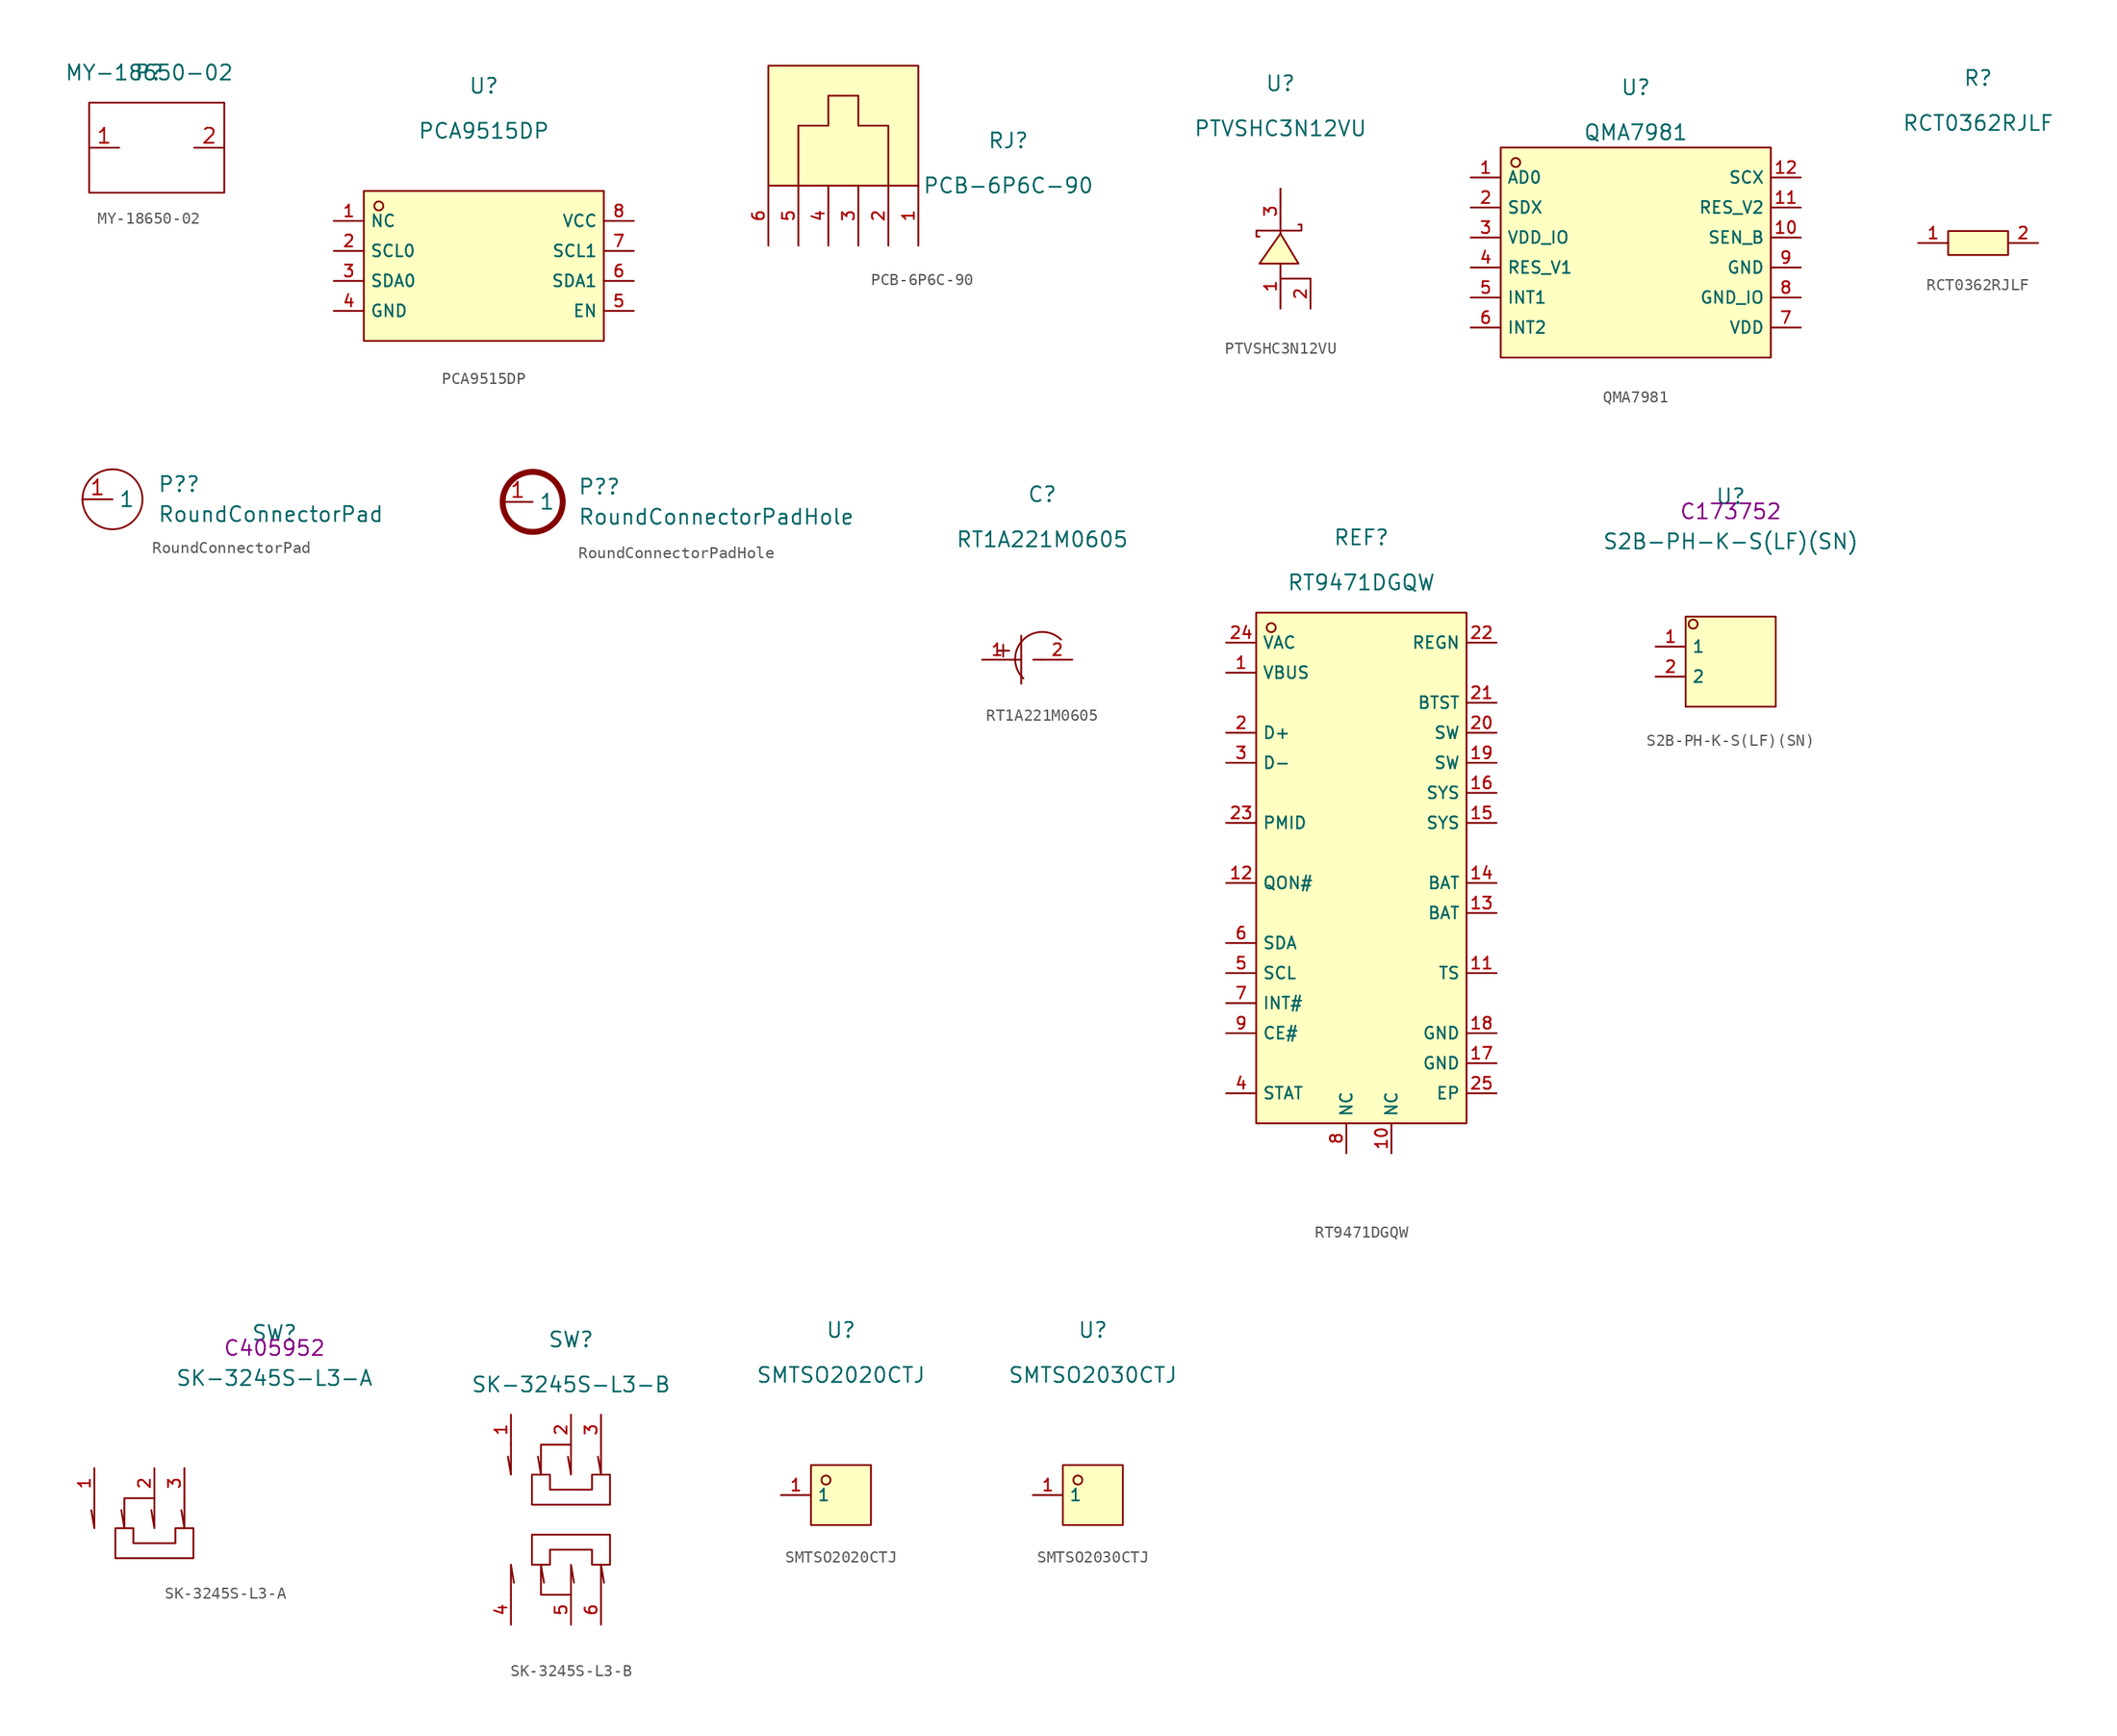
<source format=kicad_sym>
(kicad_symbol_lib
  (version 20220914)
  (generator kicad_symbol_editor)
  (symbol "MY-18650-02"
    (property "Reference" "P"
      (at 0 0 0)
      (effects (font (size 1.27 1.27))))
    (property "Value" "MY-18650-02"
      (at 0 0 0)
      (effects (font (size 1.27 1.27))))
    (symbol "MY-18650-02_0_1"
      (rectangle (start -5.08 -2.54) (end 6.35 -10.16) (stroke (width 0.152) (type default)) (fill (type none))))
    (symbol "MY-18650-02_1_1"
      (pin bidirectional line (at -5.08 -6.35 0) (length 2.54) (name "" (effects (font (size 1.27 1.27)))) (number "1" (effects (font (size 1.27 1.27)))))
      (pin bidirectional line (at 6.35 -6.35 180) (length 2.54) (name "" (effects (font (size 1.27 1.27)))) (number "2" (effects (font (size 1.27 1.27)))))))
  (symbol "PCA9515DP"
    (property "Reference" "U"
      (at 0 1.27 0)
      (effects (font (size 1.27 1.27))))
    (property "Value" "PCA9515DP"
      (at 0 -2.54 0)
      (effects (font (size 1.27 1.27))))
    (symbol "PCA9515DP_0_0"
      (rectangle (start -10.16 -7.62) (end 10.16 -20.32) (stroke (width 0) (type default)) (fill (type background)))
      (circle (center -8.89 -8.89) (radius 0.381) (stroke (width 0) (type default)) (fill (type background)))
      (pin unspecified line (at -12.7 -10.16 0) (length 2.54) (name "NC" (effects (font (size 1 1)))) (number "1" (effects (font (size 1 1)))))
      (pin unspecified line (at -12.7 -12.7 0) (length 2.54) (name "SCL0" (effects (font (size 1 1)))) (number "2" (effects (font (size 1 1)))))
      (pin unspecified line (at -12.7 -15.24 0) (length 2.54) (name "SDA0" (effects (font (size 1 1)))) (number "3" (effects (font (size 1 1)))))
      (pin unspecified line (at -12.7 -17.78 0) (length 2.54) (name "GND" (effects (font (size 1 1)))) (number "4" (effects (font (size 1 1)))))
      (pin unspecified line (at 12.7 -17.78 180) (length 2.54) (name "EN" (effects (font (size 1 1)))) (number "5" (effects (font (size 1 1)))))
      (pin unspecified line (at 12.7 -15.24 180) (length 2.54) (name "SDA1" (effects (font (size 1 1)))) (number "6" (effects (font (size 1 1)))))
      (pin unspecified line (at 12.7 -12.7 180) (length 2.54) (name "SCL1" (effects (font (size 1 1)))) (number "7" (effects (font (size 1 1)))))
      (pin unspecified line (at 12.7 -10.16 180) (length 2.54) (name "VCC" (effects (font (size 1 1)))) (number "8" (effects (font (size 1 1)))))))
  (symbol "PCB-6P6C-90"
    (pin_names hide)
    (property "Reference" "RJ"
      (at 0 1.27 0)
      (effects (font (size 1.27 1.27))))
    (property "Value" "PCB-6P6C-90"
      (at 0 -2.54 0)
      (effects (font (size 1.27 1.27))))
    (symbol "PCB-6P6C-90_0_0"
      (rectangle (start -20.32 7.62) (end -7.62 -2.54) (stroke (width 0) (type default)) (fill (type background)))
      (polyline (pts (xy -10.16 -2.54) (xy -10.16 2.54) (xy -12.7 2.54) (xy -12.7 5.08) (xy -15.24 5.08) (xy -15.24 2.54) (xy -17.78 2.54) (xy -17.78 0) (xy -17.78 -2.54)) (stroke (width 0) (type default)) (fill (type none)))
      (pin unspecified line (at -7.62 -7.62 90) (length 5.08) (name "1" (effects (font (size 1 1)))) (number "1" (effects (font (size 1 1)))))
      (pin unspecified line (at -10.16 -7.62 90) (length 5.08) (name "2" (effects (font (size 1 1)))) (number "2" (effects (font (size 1 1)))))
      (pin unspecified line (at -12.7 -7.62 90) (length 5.08) (name "3" (effects (font (size 1 1)))) (number "3" (effects (font (size 1 1)))))
      (pin unspecified line (at -15.24 -7.62 90) (length 5.08) (name "4" (effects (font (size 1 1)))) (number "4" (effects (font (size 1 1)))))
      (pin unspecified line (at -17.78 -7.62 90) (length 5.08) (name "5" (effects (font (size 1 1)))) (number "5" (effects (font (size 1 1)))))
      (pin unspecified line (at -20.32 -7.62 90) (length 5.08) (name "6" (effects (font (size 1 1)))) (number "6" (effects (font (size 1 1)))))))
  (symbol "PTVSHC3N12VU"
    (pin_names hide)
    (property "Reference" "U"
      (at 0 1.27 0)
      (effects (font (size 1.27 1.27))))
    (property "Value" "PTVSHC3N12VU"
      (at 0 -2.54 0)
      (effects (font (size 1.27 1.27))))
    (symbol "PTVSHC3N12VU_0_0"
      (polyline (pts (xy 0 -15.24) (xy 2.54 -15.24)) (stroke (width 0) (type default)) (fill (type none)))
      (polyline (pts (xy 1.524 -13.97) (xy 0 -11.43) (xy -1.778 -13.97) (xy 1.524 -13.97)) (stroke (width 0) (type default)) (fill (type background)))
      (polyline (pts (xy 1.524 -10.668) (xy 1.778 -10.668) (xy 1.778 -11.176) (xy -2.032 -11.176) (xy -2.032 -11.684) (xy -1.778 -11.684)) (stroke (width 0) (type default)) (fill (type none)))
      (pin unspecified line (at 0 -17.78 90) (length 3.81) (name "A" (effects (font (size 1 1)))) (number "1" (effects (font (size 1 1)))))
      (pin unspecified line (at 2.54 -17.78 90) (length 2.54) (name "1" (effects (font (size 1 1)))) (number "2" (effects (font (size 1 1)))))
      (pin unspecified line (at 0 -7.62 270) (length 3.81) (name "K" (effects (font (size 1 1)))) (number "3" (effects (font (size 1 1)))))))
  (symbol "QMA7981"
    (property "Reference" "U"
      (at 0 1.27 0)
      (effects (font (size 1.27 1.27))))
    (property "Value" "QMA7981"
      (at 0 -2.54 0)
      (effects (font (size 1.27 1.27))))
    (symbol "QMA7981_0_0"
      (rectangle (start -11.43 -3.81) (end 11.43 -21.59) (stroke (width 0) (type default)) (fill (type background)))
      (circle (center -10.16 -5.08) (radius 0.381) (stroke (width 0) (type default)) (fill (type background)))
      (pin unspecified line (at -13.97 -6.35 0) (length 2.54) (name "AD0" (effects (font (size 1 1)))) (number "1" (effects (font (size 1 1)))))
      (pin unspecified line (at 13.97 -11.43 180) (length 2.54) (name "SEN_B" (effects (font (size 1 1)))) (number "10" (effects (font (size 1 1)))))
      (pin unspecified line (at 13.97 -8.89 180) (length 2.54) (name "RES_V2" (effects (font (size 1 1)))) (number "11" (effects (font (size 1 1)))))
      (pin unspecified line (at 13.97 -6.35 180) (length 2.54) (name "SCX" (effects (font (size 1 1)))) (number "12" (effects (font (size 1 1)))))
      (pin unspecified line (at -13.97 -8.89 0) (length 2.54) (name "SDX" (effects (font (size 1 1)))) (number "2" (effects (font (size 1 1)))))
      (pin unspecified line (at -13.97 -11.43 0) (length 2.54) (name "VDD_IO" (effects (font (size 1 1)))) (number "3" (effects (font (size 1 1)))))
      (pin unspecified line (at -13.97 -13.97 0) (length 2.54) (name "RES_V1" (effects (font (size 1 1)))) (number "4" (effects (font (size 1 1)))))
      (pin unspecified line (at -13.97 -16.51 0) (length 2.54) (name "INT1" (effects (font (size 1 1)))) (number "5" (effects (font (size 1 1)))))
      (pin unspecified line (at -13.97 -19.05 0) (length 2.54) (name "INT2" (effects (font (size 1 1)))) (number "6" (effects (font (size 1 1)))))
      (pin unspecified line (at 13.97 -19.05 180) (length 2.54) (name "VDD" (effects (font (size 1 1)))) (number "7" (effects (font (size 1 1)))))
      (pin unspecified line (at 13.97 -16.51 180) (length 2.54) (name "GND_IO" (effects (font (size 1 1)))) (number "8" (effects (font (size 1 1)))))
      (pin unspecified line (at 13.97 -13.97 180) (length 2.54) (name "GND" (effects (font (size 1 1)))) (number "9" (effects (font (size 1 1)))))))
  (symbol "RCT0362RJLF"
    (pin_names hide)
    (property "Reference" "R"
      (at 0 1.27 0)
      (effects (font (size 1.27 1.27))))
    (property "Value" "RCT0362RJLF"
      (at 0 -2.54 0)
      (effects (font (size 1.27 1.27))))
    (symbol "RCT0362RJLF_0_0"
      (rectangle (start -2.54 -11.684) (end 2.54 -13.716) (stroke (width 0) (type default)) (fill (type background)))
      (pin unspecified line (at -5.08 -12.7 0) (length 2.54) (name "1" (effects (font (size 1 1)))) (number "1" (effects (font (size 1 1)))))
      (pin unspecified line (at 5.08 -12.7 180) (length 2.54) (name "2" (effects (font (size 1 1)))) (number "2" (effects (font (size 1 1)))))))
  (symbol "RoundConnectorPad"
    (property "Reference" "P?"
      (at 3.81 1.27 0)
      (effects (font (size 1.27 1.27)) (justify left)))
    (property "Value" "RoundConnectorPad"
      (at 3.81 -1.27 0)
      (effects (font (size 1.27 1.27)) (justify left)))
    (symbol "RoundConnectorPad_0_1"
      (circle (center 0 0) (radius 2.54) (stroke (width 0.152) (type default)) (fill (type none))))
    (symbol "RoundConnectorPad_1_1"
      (pin bidirectional line (at -2.54 0 0) (length 2.54) (name "1" (effects (font (size 1.27 1.27)))) (number "1" (effects (font (size 1.27 1.27)))))))
  (symbol "RoundConnectorPadHole"
    (property "Reference" "P?"
      (at 3.81 1.27 0)
      (effects (font (size 1.27 1.27)) (justify left)))
    (property "Value" "RoundConnectorPadHole"
      (at 3.81 -1.27 0)
      (effects (font (size 1.27 1.27)) (justify left)))
    (symbol "RoundConnectorPadHole_0_1"
      (circle (center 0 0) (radius 2.54) (stroke (width 0.5) (type default)) (fill (type none))))
    (symbol "RoundConnectorPadHole_1_1"
      (pin bidirectional line (at -2.54 0 0) (length 2.54) (name "1" (effects (font (size 1.27 1.27)))) (number "1" (effects (font (size 1.27 1.27)))))))
  (symbol "RT1A221M0605"
    (pin_names hide)
    (property "Reference" "C"
      (at 0 1.27 0)
      (effects (font (size 1.27 1.27))))
    (property "Value" "RT1A221M0605"
      (at 0 -2.54 0)
      (effects (font (size 1.27 1.27))))
    (symbol "RT1A221M0605_0_0"
      (polyline (pts (xy -3.81 -11.938) (xy -2.794 -11.938)) (stroke (width 0) (type default)) (fill (type none)))
      (polyline (pts (xy -3.302 -11.43) (xy -3.302 -12.446)) (stroke (width 0) (type default)) (fill (type none)))
      (polyline (pts (xy -2.54 -12.7) (xy -1.778 -12.7)) (stroke (width 0) (type default)) (fill (type none)))
      (polyline (pts (xy -1.778 -10.668) (xy -1.778 -14.732)) (stroke (width 0) (type default)) (fill (type none)))
      (polyline (pts (xy -0.762 -12.7) (xy 0 -12.7)) (stroke (width 0) (type default)) (fill (type none)))
      (arc (start 1.5865 -10.9977) (mid -1.646 -11.0494) (end -1.5944 -14.2819) (stroke (width 0) (type default)) (fill (type none)))
      (pin input line (at -5.08 -12.7 0) (length 2.54) (name "1" (effects (font (size 1 1)))) (number "1" (effects (font (size 1 1)))))
      (pin input line (at 2.54 -12.7 180) (length 2.54) (name "2" (effects (font (size 1 1)))) (number "2" (effects (font (size 1 1)))))))
  (symbol "RT9471DGQW"
    (property "Reference" "REF"
      (at 0 11.43 0)
      (effects (font (size 1.27 1.27))))
    (property "Value" "RT9471DGQW"
      (at 0 7.62 0)
      (effects (font (size 1.27 1.27))))
    (symbol "RT9471DGQW_0_0"
      (rectangle (start -8.89 5.08) (end 8.89 -38.1) (stroke (width 0) (type default)) (fill (type background)))
      (circle (center -7.62 3.81) (radius 0.381) (stroke (width 0) (type default)) (fill (type background)))
      (pin unspecified line (at -11.43 0 0) (length 2.54) (name "VBUS" (effects (font (size 1 1)))) (number "1" (effects (font (size 1 1)))))
      (pin unspecified line (at 2.54 -40.64 90) (length 2.54) (name "NC" (effects (font (size 1 1)))) (number "10" (effects (font (size 1 1)))))
      (pin unspecified line (at 11.43 -25.4 180) (length 2.54) (name "TS" (effects (font (size 1 1)))) (number "11" (effects (font (size 1 1)))))
      (pin unspecified line (at -11.43 -17.78 0) (length 2.54) (name "QON#" (effects (font (size 1 1)))) (number "12" (effects (font (size 1 1)))))
      (pin unspecified line (at 11.43 -20.32 180) (length 2.54) (name "BAT" (effects (font (size 1 1)))) (number "13" (effects (font (size 1 1)))))
      (pin unspecified line (at 11.43 -17.78 180) (length 2.54) (name "BAT" (effects (font (size 1 1)))) (number "14" (effects (font (size 1 1)))))
      (pin unspecified line (at 11.43 -12.7 180) (length 2.54) (name "SYS" (effects (font (size 1 1)))) (number "15" (effects (font (size 1 1)))))
      (pin unspecified line (at 11.43 -10.16 180) (length 2.54) (name "SYS" (effects (font (size 1 1)))) (number "16" (effects (font (size 1 1)))))
      (pin unspecified line (at 11.43 -33.02 180) (length 2.54) (name "GND" (effects (font (size 1 1)))) (number "17" (effects (font (size 1 1)))))
      (pin unspecified line (at 11.43 -30.48 180) (length 2.54) (name "GND" (effects (font (size 1 1)))) (number "18" (effects (font (size 1 1)))))
      (pin unspecified line (at 11.43 -7.62 180) (length 2.54) (name "SW" (effects (font (size 1 1)))) (number "19" (effects (font (size 1 1)))))
      (pin unspecified line (at -11.43 -5.08 0) (length 2.54) (name "D+" (effects (font (size 1 1)))) (number "2" (effects (font (size 1 1)))))
      (pin unspecified line (at 11.43 -5.08 180) (length 2.54) (name "SW" (effects (font (size 1 1)))) (number "20" (effects (font (size 1 1)))))
      (pin unspecified line (at 11.43 -2.54 180) (length 2.54) (name "BTST" (effects (font (size 1 1)))) (number "21" (effects (font (size 1 1)))))
      (pin unspecified line (at 11.43 2.54 180) (length 2.54) (name "REGN" (effects (font (size 1 1)))) (number "22" (effects (font (size 1 1)))))
      (pin unspecified line (at -11.43 -12.7 0) (length 2.54) (name "PMID" (effects (font (size 1 1)))) (number "23" (effects (font (size 1 1)))))
      (pin unspecified line (at -11.43 2.54 0) (length 2.54) (name "VAC" (effects (font (size 1 1)))) (number "24" (effects (font (size 1 1)))))
      (pin unspecified line (at 11.43 -35.56 180) (length 2.54) (name "EP" (effects (font (size 1 1)))) (number "25" (effects (font (size 1 1)))))
      (pin unspecified line (at -11.43 -7.62 0) (length 2.54) (name "D-" (effects (font (size 1 1)))) (number "3" (effects (font (size 1 1)))))
      (pin unspecified line (at -11.43 -35.56 0) (length 2.54) (name "STAT" (effects (font (size 1 1)))) (number "4" (effects (font (size 1 1)))))
      (pin unspecified line (at -11.43 -25.4 0) (length 2.54) (name "SCL" (effects (font (size 1 1)))) (number "5" (effects (font (size 1 1)))))
      (pin unspecified line (at -11.43 -22.86 0) (length 2.54) (name "SDA" (effects (font (size 1 1)))) (number "6" (effects (font (size 1 1)))))
      (pin unspecified line (at -11.43 -27.94 0) (length 2.54) (name "INT#" (effects (font (size 1 1)))) (number "7" (effects (font (size 1 1)))))
      (pin unspecified line (at -1.27 -40.64 90) (length 2.54) (name "NC" (effects (font (size 1 1)))) (number "8" (effects (font (size 1 1)))))
      (pin unspecified line (at -11.43 -30.48 0) (length 2.54) (name "CE#" (effects (font (size 1 1)))) (number "9" (effects (font (size 1 1)))))))
  (symbol "S2B-PH-K-S(LF)(SN)"
    (property "Reference" "U"
      (at 0 1.27 0)
      (effects (font (size 1.27 1.27))))
    (property "Value" "S2B-PH-K-S(LF)(SN)"
      (at 0 -2.54 0)
      (effects (font (size 1.27 1.27))))
    (property "LCSC" "C173752"
      (at 0 0 0)
      (effects (font (size 1.27 1.27))))
    (symbol "S2B-PH-K-S(LF)(SN)_0_0"
      (rectangle (start -3.81 -8.89) (end 3.81 -16.51) (stroke (width 0) (type default)) (fill (type background)))
      (circle (center -3.175 -9.525) (radius 0.381) (stroke (width 0) (type default)) (fill (type background)))
      (pin unspecified line (at -6.35 -11.43 0) (length 2.54) (name "1" (effects (font (size 1 1)))) (number "1" (effects (font (size 1 1)))))
      (pin unspecified line (at -6.35 -13.97 0) (length 2.54) (name "2" (effects (font (size 1 1)))) (number "2" (effects (font (size 1 1)))))))
  (symbol "SK-3245S-L3-A"
    (pin_names hide)
    (property "Reference" "SW"
      (at 0 1.27 0)
      (effects (font (size 1.27 1.27))))
    (property "Value" "SK-3245S-L3-A"
      (at 0 -2.54 0)
      (effects (font (size 1.27 1.27))))
    (property "LCSC" "C405952"
      (at 0 0 0)
      (effects (font (size 1.27 1.27))))
    (symbol "SK-3245S-L3-A_0_0"
      (polyline (pts (xy -15.24 -12.7) (xy -15.24 -15.24) (xy -15.494 -13.716)) (stroke (width 0) (type default)) (fill (type none)))
      (polyline (pts (xy -10.16 -12.7) (xy -10.16 -15.24) (xy -10.414 -13.716)) (stroke (width 0) (type default)) (fill (type none)))
      (polyline (pts (xy -7.62 -12.7) (xy -7.62 -15.24) (xy -7.874 -13.716)) (stroke (width 0) (type default)) (fill (type none)))
      (polyline (pts (xy -10.16 -12.7) (xy -12.7 -12.7) (xy -12.7 -15.24) (xy -12.954 -13.716)) (stroke (width 0) (type default)) (fill (type none)))
      (polyline (pts (xy -13.462 -16.51) (xy -13.462 -15.24) (xy -11.938 -15.24) (xy -11.938 -16.51) (xy -8.382 -16.51) (xy -8.382 -15.24) (xy -6.858 -15.24) (xy -6.858 -17.78) (xy -13.462 -17.78) (xy -13.462 -16.51)) (stroke (width 0) (type default)) (fill (type none)))
      (pin unspecified line (at -15.24 -10.16 270) (length 2.54) (name "1" (effects (font (size 1 1)))) (number "1" (effects (font (size 1 1)))))
      (pin unspecified line (at -10.16 -10.16 270) (length 2.54) (name "2" (effects (font (size 1 1)))) (number "2" (effects (font (size 1 1)))))
      (pin unspecified line (at -7.62 -10.16 270) (length 2.54) (name "3" (effects (font (size 1 1)))) (number "3" (effects (font (size 1 1)))))))
  (symbol "SK-3245S-L3-B"
    (pin_names hide)
    (property "Reference" "SW"
      (at 0 1.27 0)
      (effects (font (size 1.27 1.27))))
    (property "Value" "SK-3245S-L3-B"
      (at 0 -2.54 0)
      (effects (font (size 1.27 1.27))))
    (symbol "SK-3245S-L3-B_0_0"
      (polyline (pts (xy -5.08 -20.32) (xy -5.08 -17.78) (xy -4.826 -19.304)) (stroke (width 0) (type default)) (fill (type none)))
      (polyline (pts (xy -5.08 -7.62) (xy -5.08 -10.16) (xy -5.334 -8.636)) (stroke (width 0) (type default)) (fill (type none)))
      (polyline (pts (xy 0 -20.32) (xy 0 -17.78) (xy 0.254 -19.304)) (stroke (width 0) (type default)) (fill (type none)))
      (polyline (pts (xy 0 -7.62) (xy 0 -10.16) (xy -0.254 -8.636)) (stroke (width 0) (type default)) (fill (type none)))
      (polyline (pts (xy 2.54 -20.32) (xy 2.54 -17.78) (xy 2.794 -19.304)) (stroke (width 0) (type default)) (fill (type none)))
      (polyline (pts (xy 2.54 -7.62) (xy 2.54 -10.16) (xy 2.286 -8.636)) (stroke (width 0) (type default)) (fill (type none)))
      (polyline (pts (xy 0 -20.32) (xy -2.54 -20.32) (xy -2.54 -17.78) (xy -2.286 -19.304)) (stroke (width 0) (type default)) (fill (type none)))
      (polyline (pts (xy 0 -7.62) (xy -2.54 -7.62) (xy -2.54 -10.16) (xy -2.794 -8.636)) (stroke (width 0) (type default)) (fill (type none)))
      (polyline (pts (xy -3.302 -11.43) (xy -3.302 -10.16) (xy -1.778 -10.16) (xy -1.778 -11.43) (xy 1.778 -11.43) (xy 1.778 -10.16) (xy 3.302 -10.16) (xy 3.302 -12.7) (xy -3.302 -12.7) (xy -3.302 -11.43)) (stroke (width 0) (type default)) (fill (type none)))
      (polyline (pts (xy 3.302 -16.51) (xy 3.302 -17.78) (xy 1.778 -17.78) (xy 1.778 -16.51) (xy -1.778 -16.51) (xy -1.778 -17.78) (xy -3.302 -17.78) (xy -3.302 -15.24) (xy 3.302 -15.24) (xy 3.302 -16.51)) (stroke (width 0) (type default)) (fill (type none)))
      (pin unspecified line (at -5.08 -5.08 270) (length 2.54) (name "1" (effects (font (size 1 1)))) (number "1" (effects (font (size 1 1)))))
      (pin unspecified line (at 0 -5.08 270) (length 2.54) (name "2" (effects (font (size 1 1)))) (number "2" (effects (font (size 1 1)))))
      (pin unspecified line (at 2.54 -5.08 270) (length 2.54) (name "3" (effects (font (size 1 1)))) (number "3" (effects (font (size 1 1)))))
      (pin unspecified line (at -5.08 -22.86 90) (length 2.54) (name "4" (effects (font (size 1 1)))) (number "4" (effects (font (size 1 1)))))
      (pin unspecified line (at 0 -22.86 90) (length 2.54) (name "5" (effects (font (size 1 1)))) (number "5" (effects (font (size 1 1)))))
      (pin unspecified line (at 2.54 -22.86 90) (length 2.54) (name "6" (effects (font (size 1 1)))) (number "6" (effects (font (size 1 1)))))))
  (symbol "SMTSO2020CTJ"
    (property "Reference" "U"
      (at 0 1.27 0)
      (effects (font (size 1.27 1.27))))
    (property "Value" "SMTSO2020CTJ"
      (at 0 -2.54 0)
      (effects (font (size 1.27 1.27))))
    (symbol "SMTSO2020CTJ_0_0"
      (rectangle (start -2.54 -10.16) (end 2.54 -15.24) (stroke (width 0) (type default)) (fill (type background)))
      (circle (center -1.27 -11.43) (radius 0.381) (stroke (width 0) (type default)) (fill (type background)))
      (pin unspecified line (at -5.08 -12.7 0) (length 2.54) (name "1" (effects (font (size 1 1)))) (number "1" (effects (font (size 1 1)))))))
  (symbol "SMTSO2030CTJ"
    (property "Reference" "U"
      (at 0 1.27 0)
      (effects (font (size 1.27 1.27))))
    (property "Value" "SMTSO2030CTJ"
      (at 0 -2.54 0)
      (effects (font (size 1.27 1.27))))
    (symbol "SMTSO2030CTJ_0_0"
      (rectangle (start -2.54 -10.16) (end 2.54 -15.24) (stroke (width 0) (type default)) (fill (type background)))
      (circle (center -1.27 -11.43) (radius 0.381) (stroke (width 0) (type default)) (fill (type background)))
      (pin unspecified line (at -5.08 -12.7 0) (length 2.54) (name "1" (effects (font (size 1 1)))) (number "1" (effects (font (size 1 1))))))))
</source>
